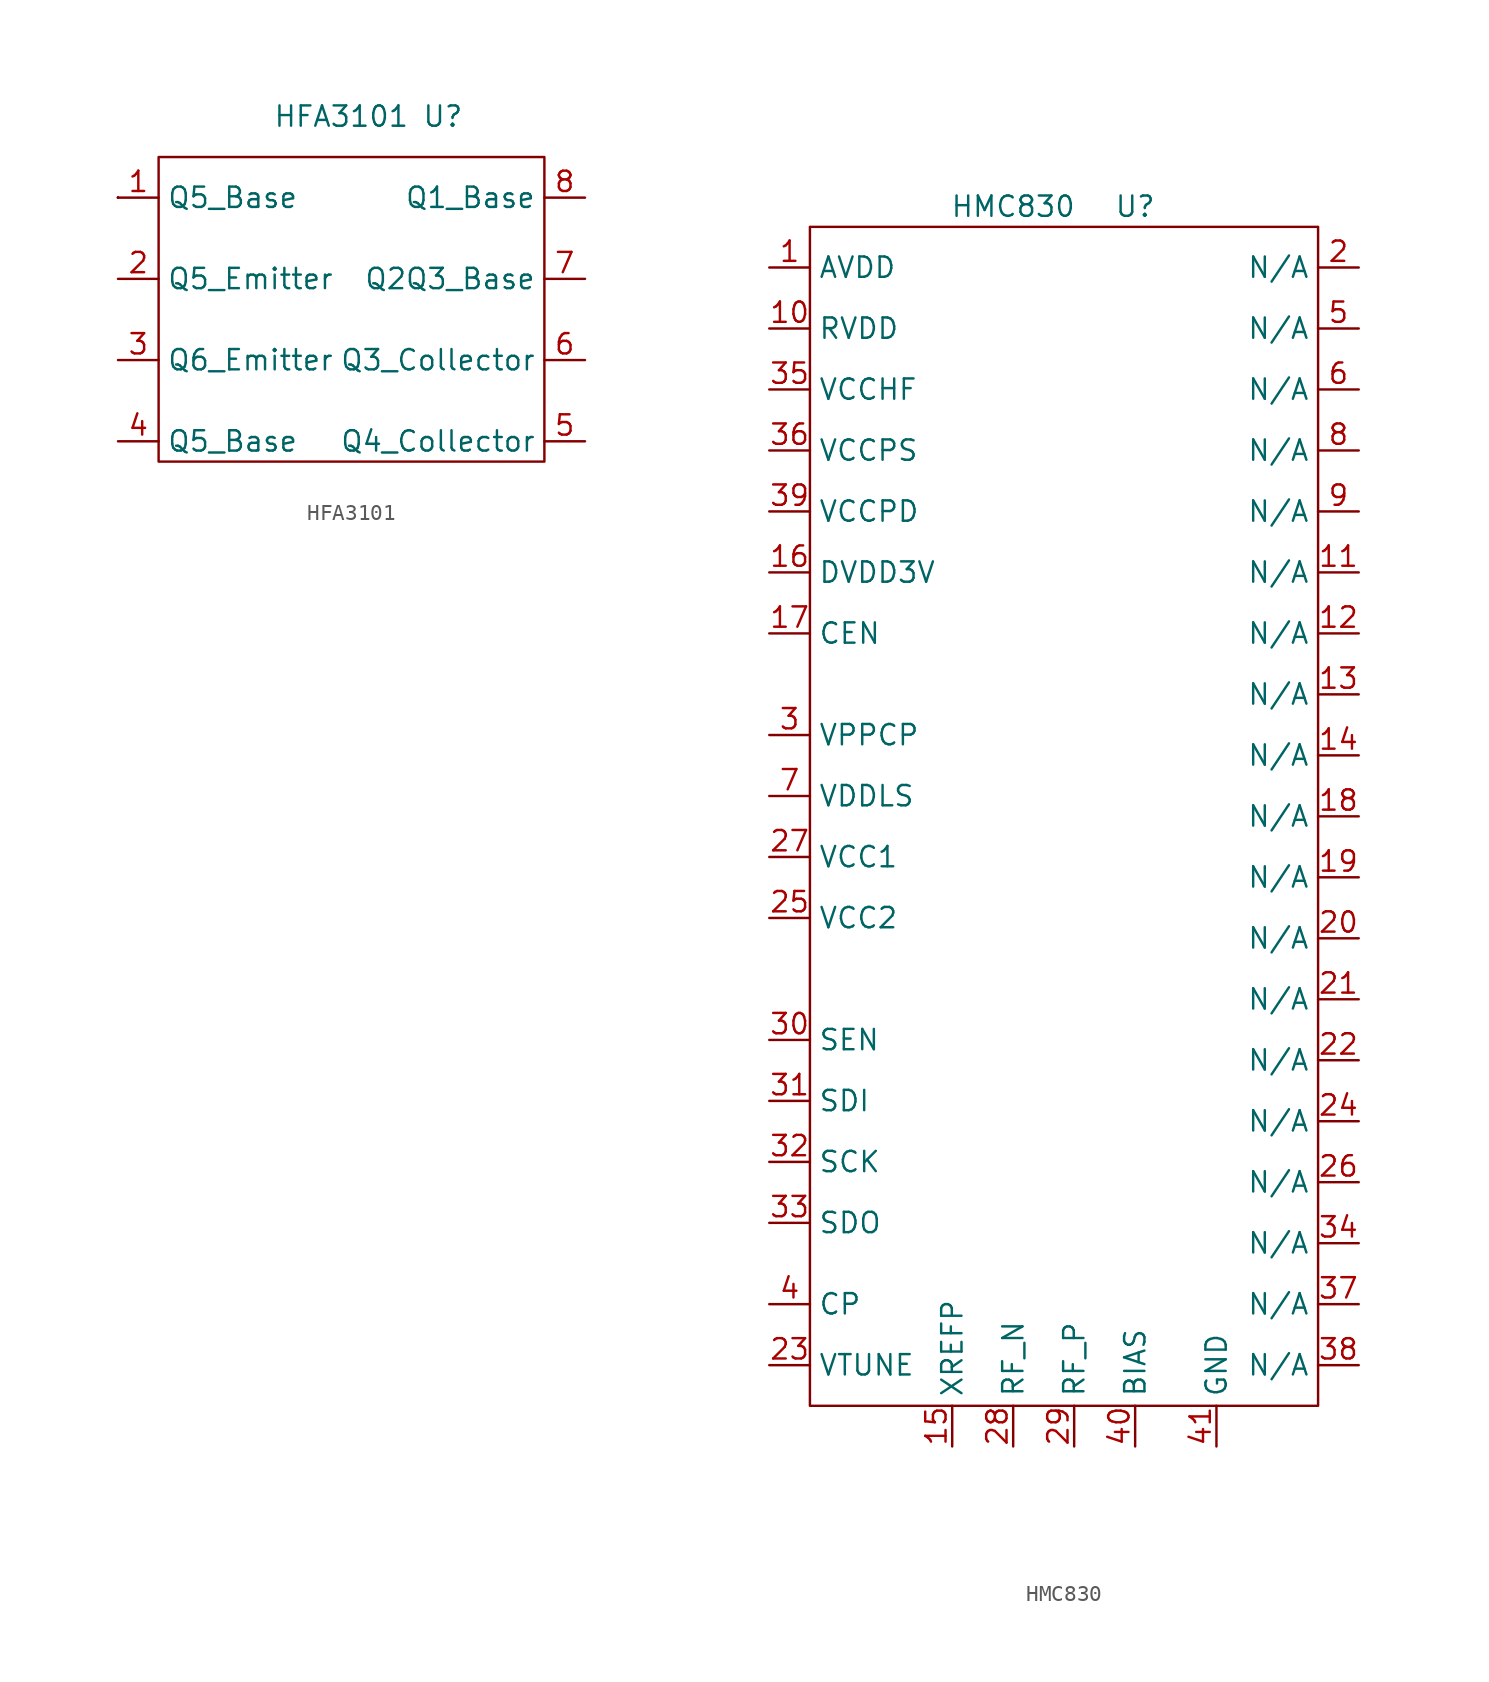
<source format=kicad_sym>
(kicad_symbol_lib
  (version 20211014)
  (generator kicad_symbol_editor)
  (symbol "HFA3101"
    (property "Reference" "U"
      (at 26.67 -3.81 0)
      (effects (font (size 1.27 1.27))))
    (property "Value" "HFA3101"
      (at 20.32 -3.81 0)
      (effects (font (size 1.27 1.27))))
    (symbol "HFA3101_0_1"
      (rectangle (start 6.35 -8.89) (end 6.35 -8.89) (stroke (width 0) (type default) (color 0 0 0 0)) (fill (type none)))
      (rectangle (start 6.35 -8.89) (end 6.35 -8.89) (stroke (width 0) (type default) (color 0 0 0 0)) (fill (type none)))
      (rectangle (start 6.35 -8.89) (end 6.35 -8.89) (stroke (width 0) (type default) (color 0 0 0 0)) (fill (type none)))
      (rectangle (start 6.35 -8.89) (end 6.35 -8.89) (stroke (width 0) (type default) (color 0 0 0 0)) (fill (type none)))
      (rectangle (start 8.89 -6.35) (end 33.02 -25.4) (stroke (width 0) (type default) (color 0 0 0 0)) (fill (type none))))
    (symbol "HFA3101_1_1"
      (pin input line (at 6.35 -8.89 0) (length 2.54) (name "Q5_Base" (effects (font (size 1.27 1.27)))) (number "1" (effects (font (size 1.27 1.27)))))
      (pin input line (at 6.35 -13.97 0) (length 2.54) (name "Q5_Emitter" (effects (font (size 1.27 1.27)))) (number "2" (effects (font (size 1.27 1.27)))))
      (pin input line (at 6.35 -19.05 0) (length 2.54) (name "Q6_Emitter" (effects (font (size 1.27 1.27)))) (number "3" (effects (font (size 1.27 1.27)))))
      (pin input line (at 6.35 -24.13 0) (length 2.54) (name "Q5_Base" (effects (font (size 1.27 1.27)))) (number "4" (effects (font (size 1.27 1.27)))))
      (pin input line (at 35.56 -24.13 180) (length 2.54) (name "Q4_Collector" (effects (font (size 1.27 1.27)))) (number "5" (effects (font (size 1.27 1.27)))))
      (pin input line (at 35.56 -19.05 180) (length 2.54) (name "Q3_Collector" (effects (font (size 1.27 1.27)))) (number "6" (effects (font (size 1.27 1.27)))))
      (pin input line (at 35.56 -13.97 180) (length 2.54) (name "Q2Q3_Base" (effects (font (size 1.27 1.27)))) (number "7" (effects (font (size 1.27 1.27)))))
      (pin input line (at 35.56 -8.89 180) (length 2.54) (name "Q1_Base" (effects (font (size 1.27 1.27)))) (number "8" (effects (font (size 1.27 1.27)))))))
  (symbol "HMC830"
    (property "Reference" "U"
      (at 62.23 -48.26 0)
      (effects (font (size 1.27 1.27))))
    (property "Value" "HMC830"
      (at 54.61 -48.26 0)
      (effects (font (size 1.27 1.27))))
    (symbol "HMC830_0_1"
      (rectangle (start 41.91 -49.53) (end 73.66 -123.19) (stroke (width 0) (type default) (color 0 0 0 0)) (fill (type none))))
    (symbol "HMC830_1_1"
      (pin input line (at 39.37 -52.07 0) (length 2.54) (name "AVDD" (effects (font (size 1.27 1.27)))) (number "1" (effects (font (size 1.27 1.27)))))
      (pin input line (at 39.37 -55.88 0) (length 2.54) (name "RVDD" (effects (font (size 1.27 1.27)))) (number "10" (effects (font (size 1.27 1.27)))))
      (pin input line (at 76.2 -71.12 180) (length 2.54) (name "N/A" (effects (font (size 1.27 1.27)))) (number "11" (effects (font (size 1.27 1.27)))))
      (pin input line (at 76.2 -74.93 180) (length 2.54) (name "N/A" (effects (font (size 1.27 1.27)))) (number "12" (effects (font (size 1.27 1.27)))))
      (pin input line (at 76.2 -78.74 180) (length 2.54) (name "N/A" (effects (font (size 1.27 1.27)))) (number "13" (effects (font (size 1.27 1.27)))))
      (pin input line (at 76.2 -82.55 180) (length 2.54) (name "N/A" (effects (font (size 1.27 1.27)))) (number "14" (effects (font (size 1.27 1.27)))))
      (pin input line (at 50.8 -125.73 90) (length 2.54) (name "XREFP" (effects (font (size 1.27 1.27)))) (number "15" (effects (font (size 1.27 1.27)))))
      (pin input line (at 39.37 -71.12 0) (length 2.54) (name "DVDD3V" (effects (font (size 1.27 1.27)))) (number "16" (effects (font (size 1.27 1.27)))))
      (pin input line (at 39.37 -74.93 0) (length 2.54) (name "CEN" (effects (font (size 1.27 1.27)))) (number "17" (effects (font (size 1.27 1.27)))))
      (pin input line (at 76.2 -86.36 180) (length 2.54) (name "N/A" (effects (font (size 1.27 1.27)))) (number "18" (effects (font (size 1.27 1.27)))))
      (pin input line (at 76.2 -90.17 180) (length 2.54) (name "N/A" (effects (font (size 1.27 1.27)))) (number "19" (effects (font (size 1.27 1.27)))))
      (pin input line (at 76.2 -52.07 180) (length 2.54) (name "N/A" (effects (font (size 1.27 1.27)))) (number "2" (effects (font (size 1.27 1.27)))))
      (pin input line (at 76.2 -93.98 180) (length 2.54) (name "N/A" (effects (font (size 1.27 1.27)))) (number "20" (effects (font (size 1.27 1.27)))))
      (pin input line (at 76.2 -97.79 180) (length 2.54) (name "N/A" (effects (font (size 1.27 1.27)))) (number "21" (effects (font (size 1.27 1.27)))))
      (pin input line (at 76.2 -101.6 180) (length 2.54) (name "N/A" (effects (font (size 1.27 1.27)))) (number "22" (effects (font (size 1.27 1.27)))))
      (pin input line (at 39.37 -120.65 0) (length 2.54) (name "VTUNE" (effects (font (size 1.27 1.27)))) (number "23" (effects (font (size 1.27 1.27)))))
      (pin input line (at 76.2 -105.41 180) (length 2.54) (name "N/A" (effects (font (size 1.27 1.27)))) (number "24" (effects (font (size 1.27 1.27)))))
      (pin input line (at 39.37 -92.71 0) (length 2.54) (name "VCC2" (effects (font (size 1.27 1.27)))) (number "25" (effects (font (size 1.27 1.27)))))
      (pin input line (at 76.2 -109.22 180) (length 2.54) (name "N/A" (effects (font (size 1.27 1.27)))) (number "26" (effects (font (size 1.27 1.27)))))
      (pin input line (at 39.37 -88.9 0) (length 2.54) (name "VCC1" (effects (font (size 1.27 1.27)))) (number "27" (effects (font (size 1.27 1.27)))))
      (pin input line (at 54.61 -125.73 90) (length 2.54) (name "RF_N" (effects (font (size 1.27 1.27)))) (number "28" (effects (font (size 1.27 1.27)))))
      (pin input line (at 58.42 -125.73 90) (length 2.54) (name "RF_P" (effects (font (size 1.27 1.27)))) (number "29" (effects (font (size 1.27 1.27)))))
      (pin input line (at 39.37 -81.28 0) (length 2.54) (name "VPPCP" (effects (font (size 1.27 1.27)))) (number "3" (effects (font (size 1.27 1.27)))))
      (pin input line (at 39.37 -100.33 0) (length 2.54) (name "SEN" (effects (font (size 1.27 1.27)))) (number "30" (effects (font (size 1.27 1.27)))))
      (pin input line (at 39.37 -104.14 0) (length 2.54) (name "SDI" (effects (font (size 1.27 1.27)))) (number "31" (effects (font (size 1.27 1.27)))))
      (pin input line (at 39.37 -107.95 0) (length 2.54) (name "SCK" (effects (font (size 1.27 1.27)))) (number "32" (effects (font (size 1.27 1.27)))))
      (pin input line (at 39.37 -111.76 0) (length 2.54) (name "SDO" (effects (font (size 1.27 1.27)))) (number "33" (effects (font (size 1.27 1.27)))))
      (pin input line (at 76.2 -113.03 180) (length 2.54) (name "N/A" (effects (font (size 1.27 1.27)))) (number "34" (effects (font (size 1.27 1.27)))))
      (pin input line (at 39.37 -59.69 0) (length 2.54) (name "VCCHF" (effects (font (size 1.27 1.27)))) (number "35" (effects (font (size 1.27 1.27)))))
      (pin input line (at 39.37 -63.5 0) (length 2.54) (name "VCCPS" (effects (font (size 1.27 1.27)))) (number "36" (effects (font (size 1.27 1.27)))))
      (pin input line (at 76.2 -116.84 180) (length 2.54) (name "N/A" (effects (font (size 1.27 1.27)))) (number "37" (effects (font (size 1.27 1.27)))))
      (pin input line (at 76.2 -120.65 180) (length 2.54) (name "N/A" (effects (font (size 1.27 1.27)))) (number "38" (effects (font (size 1.27 1.27)))))
      (pin input line (at 39.37 -67.31 0) (length 2.54) (name "VCCPD" (effects (font (size 1.27 1.27)))) (number "39" (effects (font (size 1.27 1.27)))))
      (pin input line (at 39.37 -116.84 0) (length 2.54) (name "CP" (effects (font (size 1.27 1.27)))) (number "4" (effects (font (size 1.27 1.27)))))
      (pin input line (at 62.23 -125.73 90) (length 2.54) (name "BIAS" (effects (font (size 1.27 1.27)))) (number "40" (effects (font (size 1.27 1.27)))))
      (pin input line (at 67.31 -125.73 90) (length 2.54) (name "GND" (effects (font (size 1.27 1.27)))) (number "41" (effects (font (size 1.27 1.27)))))
      (pin input line (at 76.2 -55.88 180) (length 2.54) (name "N/A" (effects (font (size 1.27 1.27)))) (number "5" (effects (font (size 1.27 1.27)))))
      (pin input line (at 76.2 -59.69 180) (length 2.54) (name "N/A" (effects (font (size 1.27 1.27)))) (number "6" (effects (font (size 1.27 1.27)))))
      (pin input line (at 39.37 -85.09 0) (length 2.54) (name "VDDLS" (effects (font (size 1.27 1.27)))) (number "7" (effects (font (size 1.27 1.27)))))
      (pin input line (at 76.2 -63.5 180) (length 2.54) (name "N/A" (effects (font (size 1.27 1.27)))) (number "8" (effects (font (size 1.27 1.27)))))
      (pin input line (at 76.2 -67.31 180) (length 2.54) (name "N/A" (effects (font (size 1.27 1.27)))) (number "9" (effects (font (size 1.27 1.27))))))))
</source>
